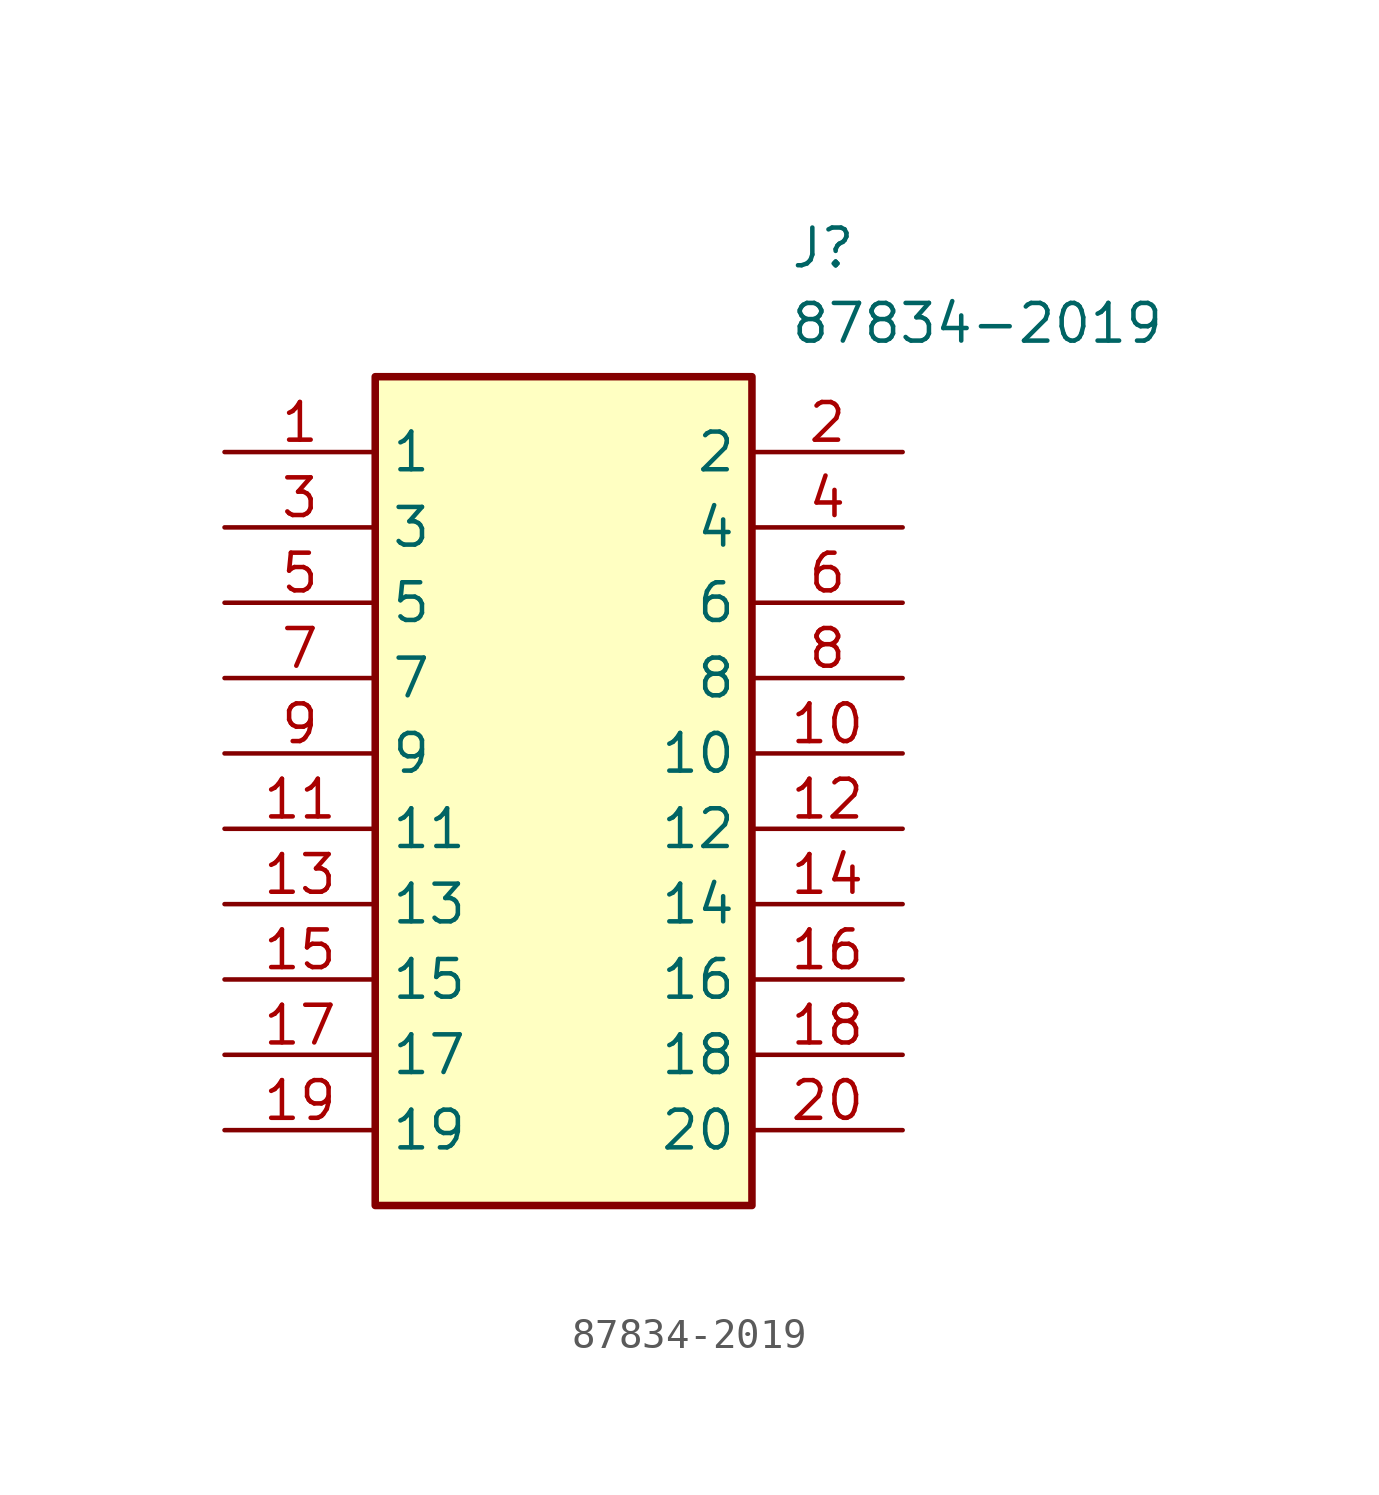
<source format=kicad_sym>
(kicad_symbol_lib
  (version 20211014)
  (generator SamacSys_ECAD_Model)
  (symbol "87834-2019"
    (property "Reference" "J"
      (at 19.05 7.62 0)
      (effects (font (size 1.27 1.27)) (justify left top)))
    (property "Value" "87834-2019"
      (at 19.05 5.08 0)
      (effects (font (size 1.27 1.27)) (justify left top)))
    (rectangle
      (start 5.08 2.54)
      (end 17.78 -25.4)
      (stroke (width 0.254) (type default))
      (fill (type background)))
    (pin passive line
      (at 0 0 0)
      (length 5.08)
      (name "1" (effects (font (size 1.27 1.27))))
      (number "1" (effects (font (size 1.27 1.27)))))
    (pin passive line
      (at 22.86 0 180)
      (length 5.08)
      (name "2" (effects (font (size 1.27 1.27))))
      (number "2" (effects (font (size 1.27 1.27)))))
    (pin passive line
      (at 0 -2.54 0)
      (length 5.08)
      (name "3" (effects (font (size 1.27 1.27))))
      (number "3" (effects (font (size 1.27 1.27)))))
    (pin passive line
      (at 22.86 -2.54 180)
      (length 5.08)
      (name "4" (effects (font (size 1.27 1.27))))
      (number "4" (effects (font (size 1.27 1.27)))))
    (pin passive line
      (at 0 -5.08 0)
      (length 5.08)
      (name "5" (effects (font (size 1.27 1.27))))
      (number "5" (effects (font (size 1.27 1.27)))))
    (pin passive line
      (at 22.86 -5.08 180)
      (length 5.08)
      (name "6" (effects (font (size 1.27 1.27))))
      (number "6" (effects (font (size 1.27 1.27)))))
    (pin passive line
      (at 0 -7.62 0)
      (length 5.08)
      (name "7" (effects (font (size 1.27 1.27))))
      (number "7" (effects (font (size 1.27 1.27)))))
    (pin passive line
      (at 22.86 -7.62 180)
      (length 5.08)
      (name "8" (effects (font (size 1.27 1.27))))
      (number "8" (effects (font (size 1.27 1.27)))))
    (pin passive line
      (at 0 -10.16 0)
      (length 5.08)
      (name "9" (effects (font (size 1.27 1.27))))
      (number "9" (effects (font (size 1.27 1.27)))))
    (pin passive line
      (at 22.86 -10.16 180)
      (length 5.08)
      (name "10" (effects (font (size 1.27 1.27))))
      (number "10" (effects (font (size 1.27 1.27)))))
    (pin passive line
      (at 0 -12.7 0)
      (length 5.08)
      (name "11" (effects (font (size 1.27 1.27))))
      (number "11" (effects (font (size 1.27 1.27)))))
    (pin passive line
      (at 22.86 -12.7 180)
      (length 5.08)
      (name "12" (effects (font (size 1.27 1.27))))
      (number "12" (effects (font (size 1.27 1.27)))))
    (pin passive line
      (at 0 -15.24 0)
      (length 5.08)
      (name "13" (effects (font (size 1.27 1.27))))
      (number "13" (effects (font (size 1.27 1.27)))))
    (pin passive line
      (at 22.86 -15.24 180)
      (length 5.08)
      (name "14" (effects (font (size 1.27 1.27))))
      (number "14" (effects (font (size 1.27 1.27)))))
    (pin passive line
      (at 0 -17.78 0)
      (length 5.08)
      (name "15" (effects (font (size 1.27 1.27))))
      (number "15" (effects (font (size 1.27 1.27)))))
    (pin passive line
      (at 22.86 -17.78 180)
      (length 5.08)
      (name "16" (effects (font (size 1.27 1.27))))
      (number "16" (effects (font (size 1.27 1.27)))))
    (pin passive line
      (at 0 -20.32 0)
      (length 5.08)
      (name "17" (effects (font (size 1.27 1.27))))
      (number "17" (effects (font (size 1.27 1.27)))))
    (pin passive line
      (at 22.86 -20.32 180)
      (length 5.08)
      (name "18" (effects (font (size 1.27 1.27))))
      (number "18" (effects (font (size 1.27 1.27)))))
    (pin passive line
      (at 0 -22.86 0)
      (length 5.08)
      (name "19" (effects (font (size 1.27 1.27))))
      (number "19" (effects (font (size 1.27 1.27)))))
    (pin passive line
      (at 22.86 -22.86 180)
      (length 5.08)
      (name "20" (effects (font (size 1.27 1.27))))
      (number "20" (effects (font (size 1.27 1.27)))))))
</source>
